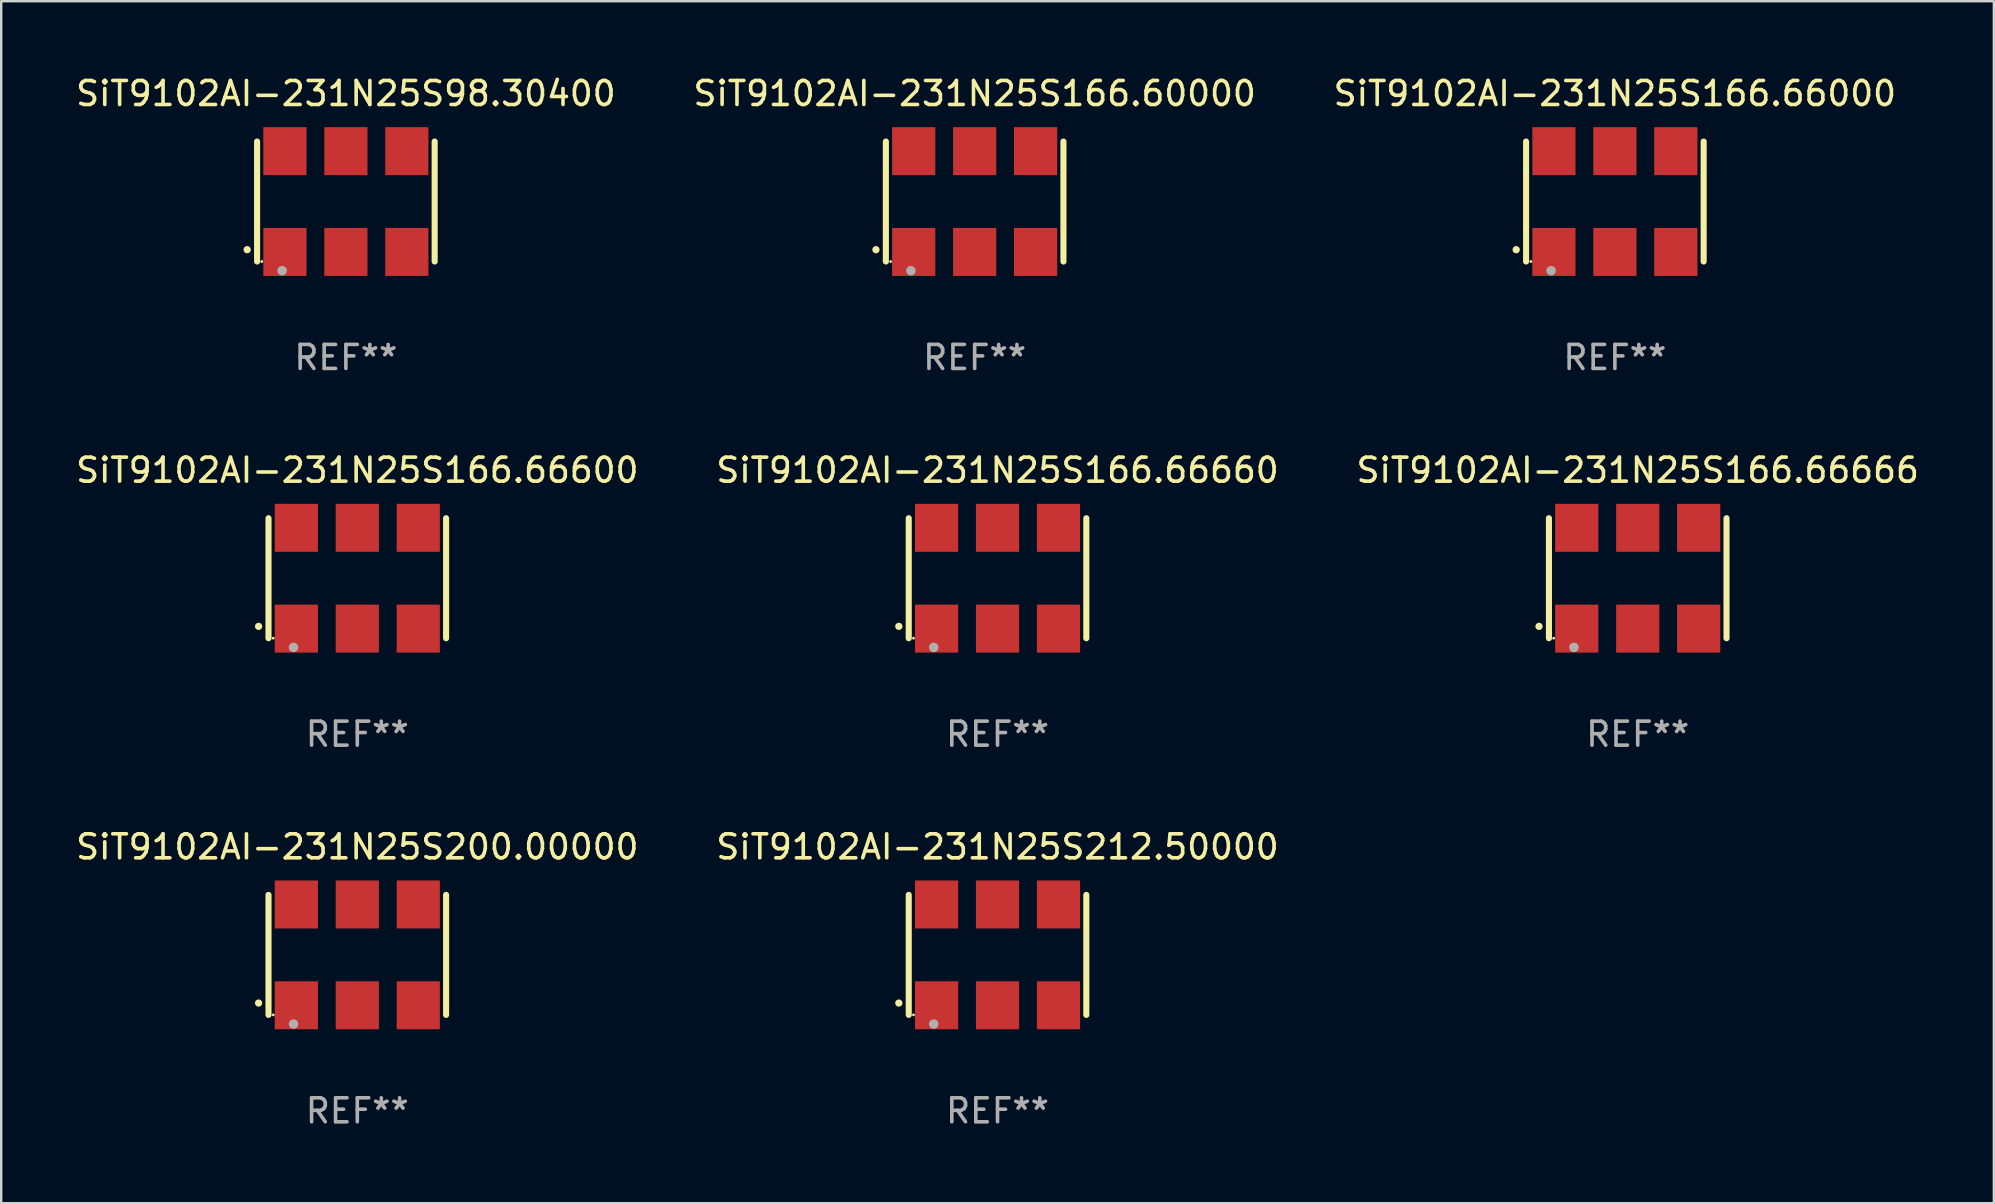
<source format=kicad_pcb>
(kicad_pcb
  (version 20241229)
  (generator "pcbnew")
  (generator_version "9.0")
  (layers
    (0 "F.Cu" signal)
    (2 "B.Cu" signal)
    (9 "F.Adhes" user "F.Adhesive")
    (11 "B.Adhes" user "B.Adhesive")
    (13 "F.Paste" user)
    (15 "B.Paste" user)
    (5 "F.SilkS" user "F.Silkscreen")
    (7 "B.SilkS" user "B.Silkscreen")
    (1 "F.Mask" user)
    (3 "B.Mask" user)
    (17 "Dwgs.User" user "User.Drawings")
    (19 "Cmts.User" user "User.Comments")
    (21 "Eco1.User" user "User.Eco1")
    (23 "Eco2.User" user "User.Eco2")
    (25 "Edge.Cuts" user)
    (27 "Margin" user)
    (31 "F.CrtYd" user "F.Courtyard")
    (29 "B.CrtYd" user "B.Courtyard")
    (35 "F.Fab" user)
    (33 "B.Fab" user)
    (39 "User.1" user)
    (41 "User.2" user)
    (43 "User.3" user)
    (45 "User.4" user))
  (footprint "SiT9102AI-231N25S166.66600"
    (layer "F.Cu")
    (at 11.839 21.045)
    (property "Reference" "SiT9102AI-231N25S166.66600" (at 0 -4.5 0) (layer "F.SilkS") (effects (font (size 1 1) (thickness 0.15))))
    (attr through_hole)
    (fp_line (start -3.7 -2.5) (end -3.7 2.5) (stroke (width 0.254) (type solid)) (layer "F.SilkS"))
    (fp_line (start 3.7 -2.5) (end 3.7 2.5) (stroke (width 0.254) (type solid)) (layer "F.SilkS"))
    (fp_arc (start -4.114415 2.006604) (mid -4.113145 2.006599) (end -4.111875 2.006604) (stroke (width 0.3) (type solid)) (layer "F.SilkS"))
    (fp_circle (center -3.502 2.5) (end -3.472 2.5) (stroke (width 0.06) (type solid)) (fill no) (layer "F.SilkS"))
    (fp_circle (center -2.657 2.882) (end -2.557 2.882) (stroke (width 0.2) (type solid)) (fill no) (layer "F.Fab"))
    (fp_text user "REF**" (at 0 6.5 0) (layer "F.Fab") (effects (font (size 1 1) (thickness 0.15))))
    (pad "1" smd rect (at -2.54 2.1) (size 1.8 2) (layers "F.Cu" "F.Mask" "F.Paste"))
    (pad "2" smd rect (at 0.000394 2.1) (size 1.8 2) (layers "F.Cu" "F.Mask" "F.Paste"))
    (pad "3" smd rect (at 2.54 2.1) (size 1.8 2) (layers "F.Cu" "F.Mask" "F.Paste"))
    (pad "4" smd rect (at 2.54 -2.1) (size 1.8 2) (layers "F.Cu" "F.Mask" "F.Paste"))
    (pad "5" smd rect (at 0.000394 -2.1) (size 1.8 2) (layers "F.Cu" "F.Mask" "F.Paste"))
    (pad "6" smd rect (at -2.54 -2.1) (size 1.8 2) (layers "F.Cu" "F.Mask" "F.Paste")))
  (footprint "SiT9102AI-231N25S212.50000"
    (layer "F.Cu")
    (at 38.518 36.741)
    (property "Reference" "SiT9102AI-231N25S212.50000" (at 0 -4.5 0) (layer "F.SilkS") (effects (font (size 1 1) (thickness 0.15))))
    (attr through_hole)
    (fp_line (start -3.7 -2.5) (end -3.7 2.5) (stroke (width 0.254) (type solid)) (layer "F.SilkS"))
    (fp_line (start 3.7 -2.5) (end 3.7 2.5) (stroke (width 0.254) (type solid)) (layer "F.SilkS"))
    (fp_arc (start -4.114415 2.006604) (mid -4.113145 2.006599) (end -4.111875 2.006604) (stroke (width 0.3) (type solid)) (layer "F.SilkS"))
    (fp_circle (center -3.502 2.5) (end -3.472 2.5) (stroke (width 0.06) (type solid)) (fill no) (layer "F.SilkS"))
    (fp_circle (center -2.657 2.882) (end -2.557 2.882) (stroke (width 0.2) (type solid)) (fill no) (layer "F.Fab"))
    (fp_text user "REF**" (at 0 6.5 0) (layer "F.Fab") (effects (font (size 1 1) (thickness 0.15))))
    (pad "1" smd rect (at -2.54 2.1) (size 1.8 2) (layers "F.Cu" "F.Mask" "F.Paste"))
    (pad "2" smd rect (at 0.000394 2.1) (size 1.8 2) (layers "F.Cu" "F.Mask" "F.Paste"))
    (pad "3" smd rect (at 2.54 2.1) (size 1.8 2) (layers "F.Cu" "F.Mask" "F.Paste"))
    (pad "4" smd rect (at 2.54 -2.1) (size 1.8 2) (layers "F.Cu" "F.Mask" "F.Paste"))
    (pad "5" smd rect (at 0.000394 -2.1) (size 1.8 2) (layers "F.Cu" "F.Mask" "F.Paste"))
    (pad "6" smd rect (at -2.54 -2.1) (size 1.8 2) (layers "F.Cu" "F.Mask" "F.Paste")))
  (footprint "SiT9102AI-231N25S200.00000"
    (layer "F.Cu")
    (at 11.839 36.741)
    (property "Reference" "SiT9102AI-231N25S200.00000" (at 0 -4.5 0) (layer "F.SilkS") (effects (font (size 1 1) (thickness 0.15))))
    (attr through_hole)
    (fp_line (start -3.7 -2.5) (end -3.7 2.5) (stroke (width 0.254) (type solid)) (layer "F.SilkS"))
    (fp_line (start 3.7 -2.5) (end 3.7 2.5) (stroke (width 0.254) (type solid)) (layer "F.SilkS"))
    (fp_arc (start -4.114415 2.006604) (mid -4.113145 2.006599) (end -4.111875 2.006604) (stroke (width 0.3) (type solid)) (layer "F.SilkS"))
    (fp_circle (center -3.502 2.5) (end -3.472 2.5) (stroke (width 0.06) (type solid)) (fill no) (layer "F.SilkS"))
    (fp_circle (center -2.657 2.882) (end -2.557 2.882) (stroke (width 0.2) (type solid)) (fill no) (layer "F.Fab"))
    (fp_text user "REF**" (at 0 6.5 0) (layer "F.Fab") (effects (font (size 1 1) (thickness 0.15))))
    (pad "1" smd rect (at -2.54 2.1) (size 1.8 2) (layers "F.Cu" "F.Mask" "F.Paste"))
    (pad "2" smd rect (at 0.000394 2.1) (size 1.8 2) (layers "F.Cu" "F.Mask" "F.Paste"))
    (pad "3" smd rect (at 2.54 2.1) (size 1.8 2) (layers "F.Cu" "F.Mask" "F.Paste"))
    (pad "4" smd rect (at 2.54 -2.1) (size 1.8 2) (layers "F.Cu" "F.Mask" "F.Paste"))
    (pad "5" smd rect (at 0.000394 -2.1) (size 1.8 2) (layers "F.Cu" "F.Mask" "F.Paste"))
    (pad "6" smd rect (at -2.54 -2.1) (size 1.8 2) (layers "F.Cu" "F.Mask" "F.Paste")))
  (footprint "SiT9102AI-231N25S166.66660"
    (layer "F.Cu")
    (at 38.518 21.045)
    (property "Reference" "SiT9102AI-231N25S166.66660" (at 0 -4.5 0) (layer "F.SilkS") (effects (font (size 1 1) (thickness 0.15))))
    (attr through_hole)
    (fp_line (start -3.7 -2.5) (end -3.7 2.5) (stroke (width 0.254) (type solid)) (layer "F.SilkS"))
    (fp_line (start 3.7 -2.5) (end 3.7 2.5) (stroke (width 0.254) (type solid)) (layer "F.SilkS"))
    (fp_arc (start -4.114415 2.006604) (mid -4.113145 2.006599) (end -4.111875 2.006604) (stroke (width 0.3) (type solid)) (layer "F.SilkS"))
    (fp_circle (center -3.502 2.5) (end -3.472 2.5) (stroke (width 0.06) (type solid)) (fill no) (layer "F.SilkS"))
    (fp_circle (center -2.657 2.882) (end -2.557 2.882) (stroke (width 0.2) (type solid)) (fill no) (layer "F.Fab"))
    (fp_text user "REF**" (at 0 6.5 0) (layer "F.Fab") (effects (font (size 1 1) (thickness 0.15))))
    (pad "1" smd rect (at -2.54 2.1) (size 1.8 2) (layers "F.Cu" "F.Mask" "F.Paste"))
    (pad "2" smd rect (at 0.000394 2.1) (size 1.8 2) (layers "F.Cu" "F.Mask" "F.Paste"))
    (pad "3" smd rect (at 2.54 2.1) (size 1.8 2) (layers "F.Cu" "F.Mask" "F.Paste"))
    (pad "4" smd rect (at 2.54 -2.1) (size 1.8 2) (layers "F.Cu" "F.Mask" "F.Paste"))
    (pad "5" smd rect (at 0.000394 -2.1) (size 1.8 2) (layers "F.Cu" "F.Mask" "F.Paste"))
    (pad "6" smd rect (at -2.54 -2.1) (size 1.8 2) (layers "F.Cu" "F.Mask" "F.Paste")))
  (footprint "SiT9102AI-231N25S166.60000"
    (layer "F.Cu")
    (at 37.565 5.348)
    (property "Reference" "SiT9102AI-231N25S166.60000" (at 0 -4.5 0) (layer "F.SilkS") (effects (font (size 1 1) (thickness 0.15))))
    (attr through_hole)
    (fp_line (start -3.7 -2.5) (end -3.7 2.5) (stroke (width 0.254) (type solid)) (layer "F.SilkS"))
    (fp_line (start 3.7 -2.5) (end 3.7 2.5) (stroke (width 0.254) (type solid)) (layer "F.SilkS"))
    (fp_arc (start -4.114415 2.006604) (mid -4.113145 2.006599) (end -4.111875 2.006604) (stroke (width 0.3) (type solid)) (layer "F.SilkS"))
    (fp_circle (center -3.502 2.5) (end -3.472 2.5) (stroke (width 0.06) (type solid)) (fill no) (layer "F.SilkS"))
    (fp_circle (center -2.657 2.882) (end -2.557 2.882) (stroke (width 0.2) (type solid)) (fill no) (layer "F.Fab"))
    (fp_text user "REF**" (at 0 6.5 0) (layer "F.Fab") (effects (font (size 1 1) (thickness 0.15))))
    (pad "1" smd rect (at -2.54 2.1) (size 1.8 2) (layers "F.Cu" "F.Mask" "F.Paste"))
    (pad "2" smd rect (at 0.000394 2.1) (size 1.8 2) (layers "F.Cu" "F.Mask" "F.Paste"))
    (pad "3" smd rect (at 2.54 2.1) (size 1.8 2) (layers "F.Cu" "F.Mask" "F.Paste"))
    (pad "4" smd rect (at 2.54 -2.1) (size 1.8 2) (layers "F.Cu" "F.Mask" "F.Paste"))
    (pad "5" smd rect (at 0.000394 -2.1) (size 1.8 2) (layers "F.Cu" "F.Mask" "F.Paste"))
    (pad "6" smd rect (at -2.54 -2.1) (size 1.8 2) (layers "F.Cu" "F.Mask" "F.Paste")))
  (footprint "SiT9102AI-231N25S166.66666"
    (layer "F.Cu")
    (at 65.196 21.045)
    (property "Reference" "SiT9102AI-231N25S166.66666" (at 0 -4.5 0) (layer "F.SilkS") (effects (font (size 1 1) (thickness 0.15))))
    (attr through_hole)
    (fp_line (start -3.7 -2.5) (end -3.7 2.5) (stroke (width 0.254) (type solid)) (layer "F.SilkS"))
    (fp_line (start 3.7 -2.5) (end 3.7 2.5) (stroke (width 0.254) (type solid)) (layer "F.SilkS"))
    (fp_arc (start -4.114415 2.006604) (mid -4.113145 2.006599) (end -4.111875 2.006604) (stroke (width 0.3) (type solid)) (layer "F.SilkS"))
    (fp_circle (center -3.502 2.5) (end -3.472 2.5) (stroke (width 0.06) (type solid)) (fill no) (layer "F.SilkS"))
    (fp_circle (center -2.657 2.882) (end -2.557 2.882) (stroke (width 0.2) (type solid)) (fill no) (layer "F.Fab"))
    (fp_text user "REF**" (at 0 6.5 0) (layer "F.Fab") (effects (font (size 1 1) (thickness 0.15))))
    (pad "1" smd rect (at -2.54 2.1) (size 1.8 2) (layers "F.Cu" "F.Mask" "F.Paste"))
    (pad "2" smd rect (at 0.000394 2.1) (size 1.8 2) (layers "F.Cu" "F.Mask" "F.Paste"))
    (pad "3" smd rect (at 2.54 2.1) (size 1.8 2) (layers "F.Cu" "F.Mask" "F.Paste"))
    (pad "4" smd rect (at 2.54 -2.1) (size 1.8 2) (layers "F.Cu" "F.Mask" "F.Paste"))
    (pad "5" smd rect (at 0.000394 -2.1) (size 1.8 2) (layers "F.Cu" "F.Mask" "F.Paste"))
    (pad "6" smd rect (at -2.54 -2.1) (size 1.8 2) (layers "F.Cu" "F.Mask" "F.Paste")))
  (footprint "SiT9102AI-231N25S166.66000"
    (layer "F.Cu")
    (at 64.244 5.348)
    (property "Reference" "SiT9102AI-231N25S166.66000" (at 0 -4.5 0) (layer "F.SilkS") (effects (font (size 1 1) (thickness 0.15))))
    (attr through_hole)
    (fp_line (start -3.7 -2.5) (end -3.7 2.5) (stroke (width 0.254) (type solid)) (layer "F.SilkS"))
    (fp_line (start 3.7 -2.5) (end 3.7 2.5) (stroke (width 0.254) (type solid)) (layer "F.SilkS"))
    (fp_arc (start -4.114415 2.006604) (mid -4.113145 2.006599) (end -4.111875 2.006604) (stroke (width 0.3) (type solid)) (layer "F.SilkS"))
    (fp_circle (center -3.502 2.5) (end -3.472 2.5) (stroke (width 0.06) (type solid)) (fill no) (layer "F.SilkS"))
    (fp_circle (center -2.657 2.882) (end -2.557 2.882) (stroke (width 0.2) (type solid)) (fill no) (layer "F.Fab"))
    (fp_text user "REF**" (at 0 6.5 0) (layer "F.Fab") (effects (font (size 1 1) (thickness 0.15))))
    (pad "1" smd rect (at -2.54 2.1) (size 1.8 2) (layers "F.Cu" "F.Mask" "F.Paste"))
    (pad "2" smd rect (at 0.000394 2.1) (size 1.8 2) (layers "F.Cu" "F.Mask" "F.Paste"))
    (pad "3" smd rect (at 2.54 2.1) (size 1.8 2) (layers "F.Cu" "F.Mask" "F.Paste"))
    (pad "4" smd rect (at 2.54 -2.1) (size 1.8 2) (layers "F.Cu" "F.Mask" "F.Paste"))
    (pad "5" smd rect (at 0.000394 -2.1) (size 1.8 2) (layers "F.Cu" "F.Mask" "F.Paste"))
    (pad "6" smd rect (at -2.54 -2.1) (size 1.8 2) (layers "F.Cu" "F.Mask" "F.Paste")))
  (footprint "SiT9102AI-231N25S98.30400"
    (layer "F.Cu")
    (at 11.363 5.348)
    (property "Reference" "SiT9102AI-231N25S98.30400" (at 0 -4.5 0) (layer "F.SilkS") (effects (font (size 1 1) (thickness 0.15))))
    (attr through_hole)
    (fp_line (start -3.7 -2.5) (end -3.7 2.5) (stroke (width 0.254) (type solid)) (layer "F.SilkS"))
    (fp_line (start 3.7 -2.5) (end 3.7 2.5) (stroke (width 0.254) (type solid)) (layer "F.SilkS"))
    (fp_arc (start -4.114415 2.006604) (mid -4.113145 2.006599) (end -4.111875 2.006604) (stroke (width 0.3) (type solid)) (layer "F.SilkS"))
    (fp_circle (center -3.502 2.5) (end -3.472 2.5) (stroke (width 0.06) (type solid)) (fill no) (layer "F.SilkS"))
    (fp_circle (center -2.657 2.882) (end -2.557 2.882) (stroke (width 0.2) (type solid)) (fill no) (layer "F.Fab"))
    (fp_text user "REF**" (at 0 6.5 0) (layer "F.Fab") (effects (font (size 1 1) (thickness 0.15))))
    (pad "1" smd rect (at -2.54 2.1) (size 1.8 2) (layers "F.Cu" "F.Mask" "F.Paste"))
    (pad "2" smd rect (at 0.000394 2.1) (size 1.8 2) (layers "F.Cu" "F.Mask" "F.Paste"))
    (pad "3" smd rect (at 2.54 2.1) (size 1.8 2) (layers "F.Cu" "F.Mask" "F.Paste"))
    (pad "4" smd rect (at 2.54 -2.1) (size 1.8 2) (layers "F.Cu" "F.Mask" "F.Paste"))
    (pad "5" smd rect (at 0.000394 -2.1) (size 1.8 2) (layers "F.Cu" "F.Mask" "F.Paste"))
    (pad "6" smd rect (at -2.54 -2.1) (size 1.8 2) (layers "F.Cu" "F.Mask" "F.Paste")))
  (gr_rect
    (start -3 -3)
    (end 80.036 47.09)
    (stroke (width 0.1) (type default))
    (fill no)
    (layer "Edge.Cuts")))
</source>
